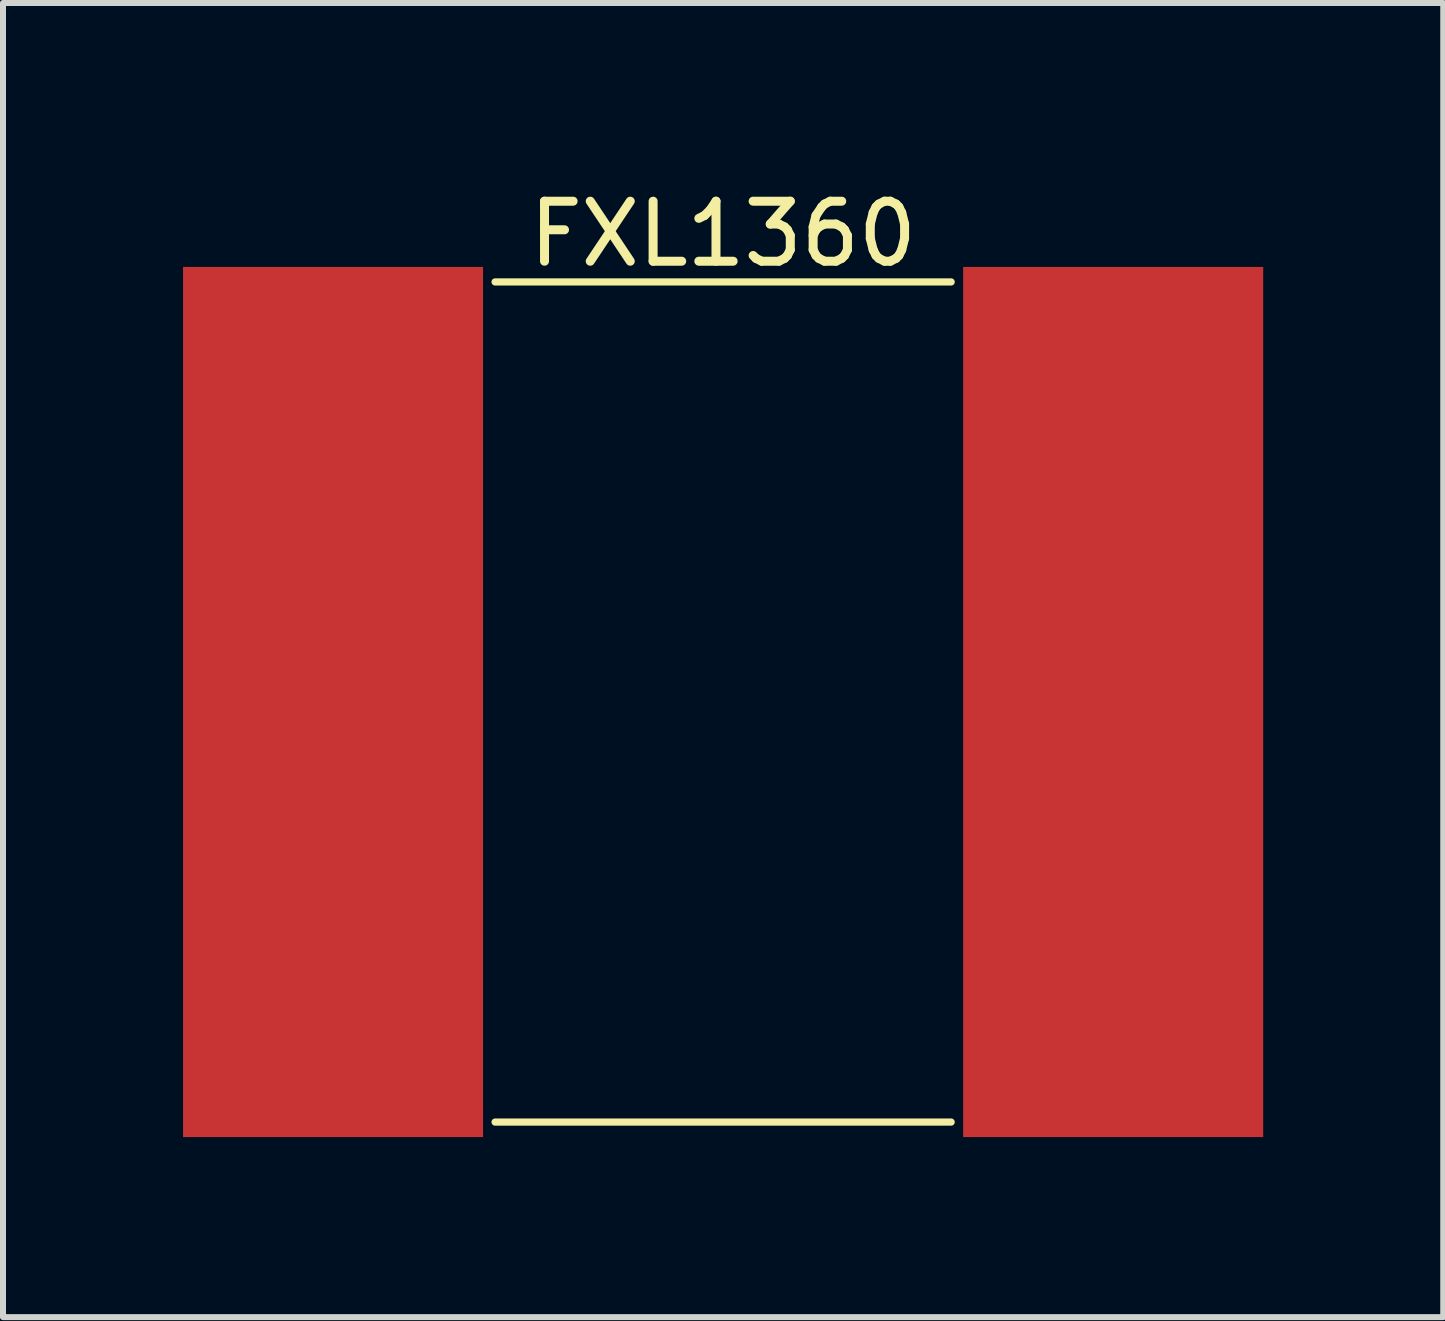
<source format=kicad_pcb>
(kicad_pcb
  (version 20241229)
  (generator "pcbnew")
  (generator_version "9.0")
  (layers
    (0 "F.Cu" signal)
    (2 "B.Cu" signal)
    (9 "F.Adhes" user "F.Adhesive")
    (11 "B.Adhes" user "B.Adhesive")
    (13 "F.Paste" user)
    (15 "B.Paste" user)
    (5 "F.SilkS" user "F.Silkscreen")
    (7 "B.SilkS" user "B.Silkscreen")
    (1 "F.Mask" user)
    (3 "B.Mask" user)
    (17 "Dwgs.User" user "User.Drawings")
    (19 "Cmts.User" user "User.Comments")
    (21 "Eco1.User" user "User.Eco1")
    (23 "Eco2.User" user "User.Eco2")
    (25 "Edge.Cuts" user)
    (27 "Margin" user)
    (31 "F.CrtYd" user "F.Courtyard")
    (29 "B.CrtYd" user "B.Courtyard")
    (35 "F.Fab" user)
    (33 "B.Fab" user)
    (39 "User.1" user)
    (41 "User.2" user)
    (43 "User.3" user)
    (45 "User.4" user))
  (footprint "FXL1360"
    (layer "F.Cu")
    (at 9 8.648)
    (property "Reference" "FXL1360" (at 0 -7.8 0) (layer "F.SilkS") (effects (font (size 1 1) (thickness 0.15))))
    (attr through_hole)
    (fp_line (start -3.8 -7) (end 3.8 -7) (stroke (width 0.12) (type solid)) (layer "F.SilkS"))
    (fp_line (start -3.8 7) (end 3.8 7) (stroke (width 0.12) (type solid)) (layer "F.SilkS"))
    (pad "1" smd rect (at -6.5 0) (size 5 14.5) (layers "F.Cu" "F.Mask" "F.Paste"))
    (pad "2" smd rect (at 6.5 0) (size 5 14.5) (layers "F.Cu" "F.Mask" "F.Paste")))
  (gr_rect
    (start -3 -3)
    (end 21 18.898)
    (stroke (width 0.1) (type default))
    (fill no)
    (layer "Edge.Cuts")))
</source>
